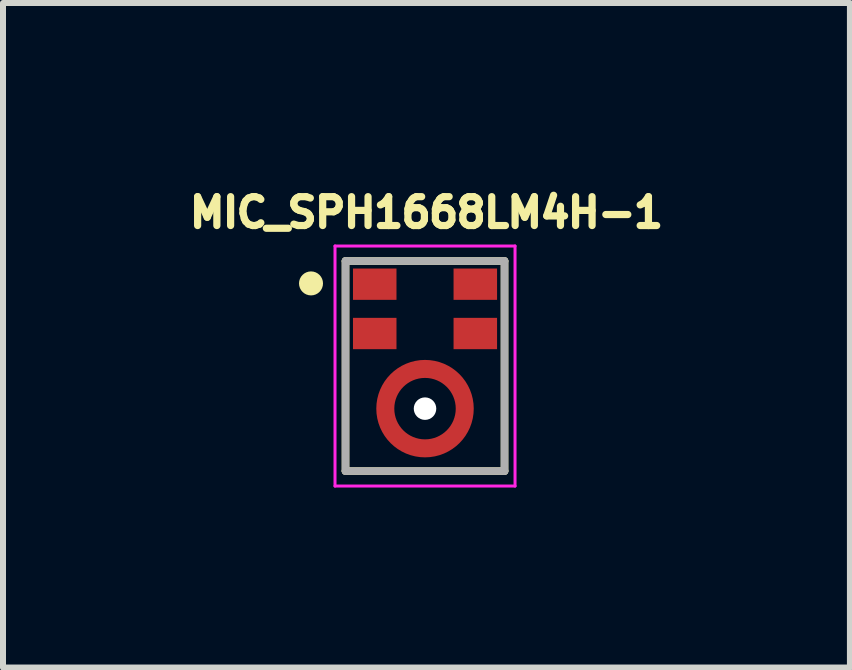
<source format=kicad_pcb>
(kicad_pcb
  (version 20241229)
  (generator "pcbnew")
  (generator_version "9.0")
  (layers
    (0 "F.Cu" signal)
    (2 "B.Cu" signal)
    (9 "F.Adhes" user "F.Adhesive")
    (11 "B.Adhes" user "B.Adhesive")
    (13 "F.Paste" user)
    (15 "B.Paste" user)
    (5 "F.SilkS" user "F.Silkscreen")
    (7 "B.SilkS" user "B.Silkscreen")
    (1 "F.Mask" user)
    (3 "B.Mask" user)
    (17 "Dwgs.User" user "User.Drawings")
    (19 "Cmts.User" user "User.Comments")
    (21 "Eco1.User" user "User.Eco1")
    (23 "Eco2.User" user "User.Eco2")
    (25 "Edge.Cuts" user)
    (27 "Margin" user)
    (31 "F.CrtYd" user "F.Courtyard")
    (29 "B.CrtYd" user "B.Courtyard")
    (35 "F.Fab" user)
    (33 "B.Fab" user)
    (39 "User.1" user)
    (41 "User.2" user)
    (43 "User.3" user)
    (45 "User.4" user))
  (footprint "MIC_SPH1668LM4H-1"
    (layer "F.Cu")
    (at 4.033 3.05)
    (property "Reference" "MIC_SPH1668LM4H-1" (at 0.024 -2.558 0) (layer "F.SilkS") (effects (font (size 0.481 0.481) (thickness 0.15))))
    (attr smd)
    (fp_circle (center 0 0.71) (end 0.662 0.71) (stroke (width 0.3) (type solid)) (fill no) (layer "F.Cu"))
    (fp_line (start -1.325 -1.75) (end -1.325 1.75) (stroke (width 0.127) (type solid)) (layer "F.SilkS"))
    (fp_line (start -1.325 1.75) (end 1.325 1.75) (stroke (width 0.127) (type solid)) (layer "F.SilkS"))
    (fp_line (start 1.325 -1.75) (end -1.325 -1.75) (stroke (width 0.127) (type solid)) (layer "F.SilkS"))
    (fp_line (start 1.325 1.75) (end 1.325 -1.75) (stroke (width 0.127) (type solid)) (layer "F.SilkS"))
    (fp_circle (center -1.9 -1.377) (end -1.8 -1.377) (stroke (width 0.2) (type solid)) (fill no) (layer "F.SilkS"))
    (fp_poly (pts (xy -0.396 1.035) (xy -0.409 1.019) (xy -0.423 0.999) (xy -0.436 0.98) (xy -0.448 0.959) (xy -0.459 0.938) (xy -0.47 0.917) (xy -0.479 0.895) (xy -0.487 0.873) (xy -0.494 0.85) (xy -0.5 0.827) (xy -0.505 0.804) (xy -0.509 0.781) (xy -0.511 0.757) (xy -0.513 0.734) (xy -0.514 0.71) (xy -0.513 0.686) (xy -0.511 0.663) (xy -0.509 0.639) (xy -0.505 0.616) (xy -0.5 0.593) (xy -0.494 0.57) (xy -0.487 0.547) (xy -0.479 0.525) (xy -0.47 0.503) (xy -0.459 0.482) (xy -0.448 0.461) (xy -0.436 0.44) (xy -0.423 0.421) (xy -0.409 0.401) (xy -0.396 0.385) (xy -0.608 0.173) (xy -0.633 0.202) (xy -0.657 0.233) (xy -0.68 0.265) (xy -0.701 0.298) (xy -0.72 0.333) (xy -0.738 0.368) (xy -0.753 0.404) (xy -0.768 0.44) (xy -0.78 0.478) (xy -0.79 0.516) (xy -0.799 0.554) (xy -0.806 0.593) (xy -0.81 0.632) (xy -0.813 0.671) (xy -0.814 0.71) (xy -0.813 0.749) (xy -0.81 0.788) (xy -0.806 0.827) (xy -0.799 0.866) (xy -0.79 0.904) (xy -0.78 0.942) (xy -0.768 0.98) (xy -0.753 1.016) (xy -0.738 1.052) (xy -0.72 1.087) (xy -0.701 1.122) (xy -0.68 1.155) (xy -0.657 1.187) (xy -0.633 1.218) (xy -0.608 1.247) (xy -0.396 1.035) (xy -0.396 1.035)) (stroke (width 0.001) (type solid)) (fill yes) (layer "F.Paste"))
    (fp_poly (pts (xy -0.325 0.314) (xy -0.309 0.301) (xy -0.289 0.287) (xy -0.27 0.274) (xy -0.249 0.262) (xy -0.228 0.251) (xy -0.207 0.24) (xy -0.185 0.231) (xy -0.163 0.223) (xy -0.14 0.216) (xy -0.117 0.21) (xy -0.094 0.205) (xy -0.071 0.201) (xy -0.047 0.199) (xy -0.024 0.197) (xy 0 0.196) (xy 0.024 0.197) (xy 0.047 0.199) (xy 0.071 0.201) (xy 0.094 0.205) (xy 0.117 0.21) (xy 0.14 0.216) (xy 0.163 0.223) (xy 0.185 0.231) (xy 0.207 0.24) (xy 0.228 0.251) (xy 0.249 0.262) (xy 0.27 0.274) (xy 0.289 0.287) (xy 0.309 0.301) (xy 0.325 0.314) (xy 0.537 0.102) (xy 0.508 0.077) (xy 0.477 0.053) (xy 0.445 0.03) (xy 0.412 0.009) (xy 0.377 -0.01) (xy 0.342 -0.028) (xy 0.306 -0.043) (xy 0.27 -0.058) (xy 0.232 -0.07) (xy 0.194 -0.08) (xy 0.156 -0.089) (xy 0.117 -0.096) (xy 0.078 -0.1) (xy 0.039 -0.103) (xy 0 -0.104) (xy -0.039 -0.103) (xy -0.078 -0.1) (xy -0.117 -0.096) (xy -0.156 -0.089) (xy -0.194 -0.08) (xy -0.232 -0.07) (xy -0.27 -0.058) (xy -0.306 -0.043) (xy -0.342 -0.028) (xy -0.377 -0.01) (xy -0.412 0.009) (xy -0.445 0.03) (xy -0.477 0.053) (xy -0.508 0.077) (xy -0.537 0.102) (xy -0.325 0.314) (xy -0.325 0.314)) (stroke (width 0.001) (type solid)) (fill yes) (layer "F.Paste"))
    (fp_poly (pts (xy 0.325 1.106) (xy 0.309 1.119) (xy 0.289 1.133) (xy 0.27 1.146) (xy 0.249 1.158) (xy 0.228 1.169) (xy 0.207 1.18) (xy 0.185 1.189) (xy 0.163 1.197) (xy 0.14 1.204) (xy 0.117 1.21) (xy 0.094 1.215) (xy 0.071 1.219) (xy 0.047 1.221) (xy 0.024 1.223) (xy 0 1.224) (xy -0.024 1.223) (xy -0.047 1.221) (xy -0.071 1.219) (xy -0.094 1.215) (xy -0.117 1.21) (xy -0.14 1.204) (xy -0.163 1.197) (xy -0.185 1.189) (xy -0.207 1.18) (xy -0.228 1.169) (xy -0.249 1.158) (xy -0.27 1.146) (xy -0.289 1.133) (xy -0.309 1.119) (xy -0.325 1.106) (xy -0.537 1.318) (xy -0.508 1.343) (xy -0.477 1.367) (xy -0.445 1.39) (xy -0.412 1.411) (xy -0.377 1.43) (xy -0.342 1.448) (xy -0.306 1.463) (xy -0.27 1.478) (xy -0.232 1.49) (xy -0.194 1.5) (xy -0.156 1.509) (xy -0.117 1.516) (xy -0.078 1.52) (xy -0.039 1.523) (xy 0 1.524) (xy 0.039 1.523) (xy 0.078 1.52) (xy 0.117 1.516) (xy 0.156 1.509) (xy 0.194 1.5) (xy 0.232 1.49) (xy 0.27 1.478) (xy 0.306 1.463) (xy 0.342 1.448) (xy 0.377 1.43) (xy 0.412 1.411) (xy 0.445 1.39) (xy 0.477 1.367) (xy 0.508 1.343) (xy 0.537 1.318) (xy 0.325 1.106) (xy 0.325 1.106)) (stroke (width 0.001) (type solid)) (fill yes) (layer "F.Paste"))
    (fp_poly (pts (xy 0.396 0.385) (xy 0.409 0.401) (xy 0.423 0.421) (xy 0.436 0.44) (xy 0.448 0.461) (xy 0.459 0.482) (xy 0.47 0.503) (xy 0.479 0.525) (xy 0.487 0.547) (xy 0.494 0.57) (xy 0.5 0.593) (xy 0.505 0.616) (xy 0.509 0.639) (xy 0.511 0.663) (xy 0.513 0.686) (xy 0.514 0.71) (xy 0.513 0.734) (xy 0.511 0.757) (xy 0.509 0.781) (xy 0.505 0.804) (xy 0.5 0.827) (xy 0.494 0.85) (xy 0.487 0.873) (xy 0.479 0.895) (xy 0.47 0.917) (xy 0.459 0.938) (xy 0.448 0.959) (xy 0.436 0.98) (xy 0.423 0.999) (xy 0.409 1.019) (xy 0.396 1.035) (xy 0.608 1.247) (xy 0.633 1.218) (xy 0.657 1.187) (xy 0.68 1.155) (xy 0.701 1.122) (xy 0.72 1.087) (xy 0.738 1.052) (xy 0.753 1.016) (xy 0.768 0.98) (xy 0.78 0.942) (xy 0.79 0.904) (xy 0.799 0.866) (xy 0.806 0.827) (xy 0.81 0.788) (xy 0.813 0.749) (xy 0.814 0.71) (xy 0.813 0.671) (xy 0.81 0.632) (xy 0.806 0.593) (xy 0.799 0.554) (xy 0.79 0.516) (xy 0.78 0.478) (xy 0.768 0.44) (xy 0.753 0.404) (xy 0.738 0.368) (xy 0.72 0.333) (xy 0.701 0.298) (xy 0.68 0.265) (xy 0.657 0.233) (xy 0.633 0.202) (xy 0.608 0.173) (xy 0.396 0.385) (xy 0.396 0.385)) (stroke (width 0.001) (type solid)) (fill yes) (layer "F.Paste"))
    (fp_line (start -1.5 -2) (end -1.5 2) (stroke (width 0.05) (type solid)) (layer "F.CrtYd"))
    (fp_line (start -1.5 2) (end 1.5 2) (stroke (width 0.05) (type solid)) (layer "F.CrtYd"))
    (fp_line (start 1.5 -2) (end -1.5 -2) (stroke (width 0.05) (type solid)) (layer "F.CrtYd"))
    (fp_line (start 1.5 2) (end 1.5 -2) (stroke (width 0.05) (type solid)) (layer "F.CrtYd"))
    (fp_line (start -1.325 -1.75) (end -1.325 1.75) (stroke (width 0.127) (type solid)) (layer "F.Fab"))
    (fp_line (start -1.325 1.75) (end 1.325 1.75) (stroke (width 0.127) (type solid)) (layer "F.Fab"))
    (fp_line (start 1.325 -1.75) (end -1.325 -1.75) (stroke (width 0.127) (type solid)) (layer "F.Fab"))
    (fp_line (start 1.325 1.75) (end 1.325 -1.75) (stroke (width 0.127) (type solid)) (layer "F.Fab"))
    (pad "" np_thru_hole circle (at 0 0.71) (size 0.375 0.375) (drill 0.375) (layers "*.Cu" "*.Mask"))
    (pad "1" smd rect (at -0.838 -1.364) (size 0.725 0.522) (layers "F.Cu" "F.Mask" "F.Paste"))
    (pad "2" smd rect (at -0.838 -0.542) (size 0.725 0.522) (layers "F.Cu" "F.Mask" "F.Paste"))
    (pad "3" smd rect (at -0.657 0.715) (size 0.1 0.1) (layers "F.Cu"))
    (pad "4" smd rect (at 0.838 -0.542) (size 0.725 0.522) (layers "F.Cu" "F.Mask" "F.Paste"))
    (pad "5" smd rect (at 0.838 -1.364) (size 0.725 0.522) (layers "F.Cu" "F.Mask" "F.Paste")))
  (gr_rect
    (start -3 -3)
    (end 11.114 8.075)
    (stroke (width 0.1) (type default))
    (fill no)
    (layer "Edge.Cuts")))
</source>
